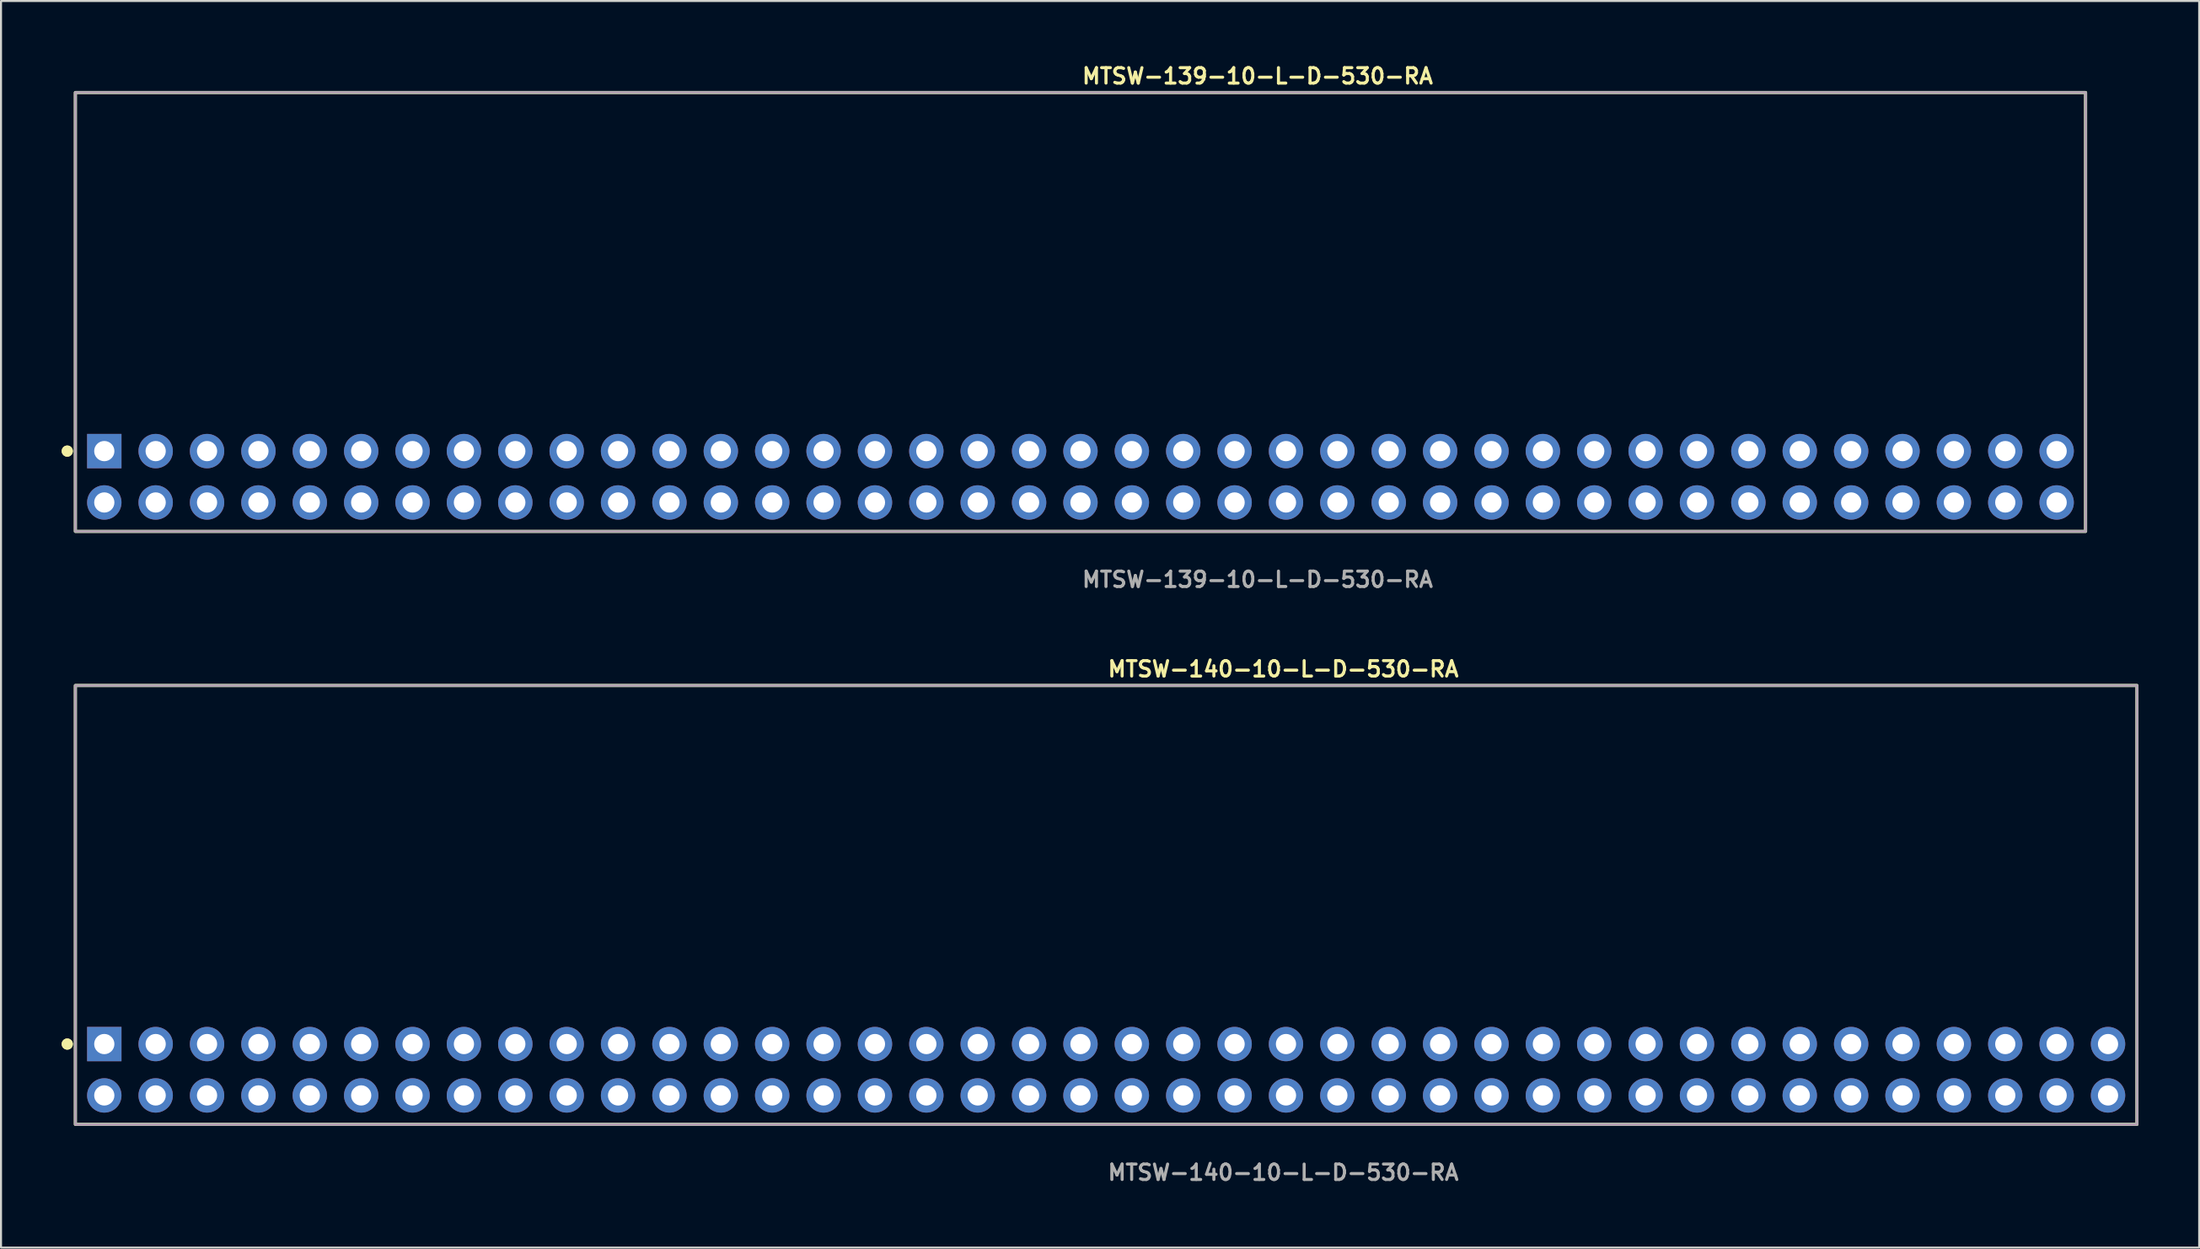
<source format=kicad_pcb>
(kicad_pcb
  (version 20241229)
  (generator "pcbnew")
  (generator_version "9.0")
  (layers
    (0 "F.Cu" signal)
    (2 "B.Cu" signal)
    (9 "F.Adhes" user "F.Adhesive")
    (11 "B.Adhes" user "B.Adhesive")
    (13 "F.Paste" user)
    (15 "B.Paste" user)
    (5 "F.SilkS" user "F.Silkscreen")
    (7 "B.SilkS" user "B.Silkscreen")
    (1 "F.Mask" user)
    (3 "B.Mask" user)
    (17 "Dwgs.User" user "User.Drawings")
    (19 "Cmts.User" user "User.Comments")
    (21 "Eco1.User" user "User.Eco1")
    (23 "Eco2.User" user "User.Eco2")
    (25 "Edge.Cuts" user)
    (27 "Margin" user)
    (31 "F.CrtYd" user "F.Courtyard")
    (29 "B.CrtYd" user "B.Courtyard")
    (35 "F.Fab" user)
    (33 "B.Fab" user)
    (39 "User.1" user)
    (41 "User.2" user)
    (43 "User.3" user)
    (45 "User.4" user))
  (footprint "MTSW-140-10-L-D-530-RA"
    (layer "F.Cu")
    (at 51.636 49.844)
    (property "Reference" "MTSW-140-10-L-D-530-RA" (at 0 -19.812 0) (unlocked yes) (layer "F.SilkS") (effects (font (size 0.762 0.762) (thickness 0.152)) (justify left)))
    (fp_rect (start -50.96 2.7) (end 50.96 -19) (stroke (width 0.152) (type solid)) (fill no) (layer "F.SilkS"))
    (fp_circle (center -51.36 -1.27) (end -51.56 -1.27) (stroke (width 0.152) (type solid)) (fill yes) (layer "F.SilkS"))
    (fp_circle (center -51.36 -1.27) (end -51.56 -1.27) (stroke (width 0.152) (type solid)) (fill yes) (layer "F.SilkS"))
    (fp_rect (start -50.96 2.7) (end 50.96 -19) (stroke (width 0.006) (type solid)) (fill no) (layer "F.CrtYd"))
    (fp_rect (start -50.96 2.7) (end 50.96 -19) (stroke (width 0.152) (type solid)) (fill no) (layer "F.Fab"))
    (fp_text user "${REFERENCE}" (at 0 5.08 0) (unlocked yes) (layer "F.Fab") (effects (font (size 0.762 0.762) (thickness 0.152)) (justify left)))
    (pad "1" thru_hole rect (at -49.53 -1.27) (size 1.7 1.7) (drill 1) (layers "*.Cu" "*.Mask"))
    (pad "2" thru_hole circle (at -49.53 1.27) (size 1.7 1.7) (drill 1) (layers "*.Cu" "*.Mask"))
    (pad "3" thru_hole circle (at -46.99 -1.27) (size 1.7 1.7) (drill 1) (layers "*.Cu" "*.Mask"))
    (pad "4" thru_hole circle (at -46.99 1.27) (size 1.7 1.7) (drill 1) (layers "*.Cu" "*.Mask"))
    (pad "5" thru_hole circle (at -44.45 -1.27) (size 1.7 1.7) (drill 1) (layers "*.Cu" "*.Mask"))
    (pad "6" thru_hole circle (at -44.45 1.27) (size 1.7 1.7) (drill 1) (layers "*.Cu" "*.Mask"))
    (pad "7" thru_hole circle (at -41.91 -1.27) (size 1.7 1.7) (drill 1) (layers "*.Cu" "*.Mask"))
    (pad "8" thru_hole circle (at -41.91 1.27) (size 1.7 1.7) (drill 1) (layers "*.Cu" "*.Mask"))
    (pad "9" thru_hole circle (at -39.37 -1.27) (size 1.7 1.7) (drill 1) (layers "*.Cu" "*.Mask"))
    (pad "10" thru_hole circle (at -39.37 1.27) (size 1.7 1.7) (drill 1) (layers "*.Cu" "*.Mask"))
    (pad "11" thru_hole circle (at -36.83 -1.27) (size 1.7 1.7) (drill 1) (layers "*.Cu" "*.Mask"))
    (pad "12" thru_hole circle (at -36.83 1.27) (size 1.7 1.7) (drill 1) (layers "*.Cu" "*.Mask"))
    (pad "13" thru_hole circle (at -34.29 -1.27) (size 1.7 1.7) (drill 1) (layers "*.Cu" "*.Mask"))
    (pad "14" thru_hole circle (at -34.29 1.27) (size 1.7 1.7) (drill 1) (layers "*.Cu" "*.Mask"))
    (pad "15" thru_hole circle (at -31.75 -1.27) (size 1.7 1.7) (drill 1) (layers "*.Cu" "*.Mask"))
    (pad "16" thru_hole circle (at -31.75 1.27) (size 1.7 1.7) (drill 1) (layers "*.Cu" "*.Mask"))
    (pad "17" thru_hole circle (at -29.21 -1.27) (size 1.7 1.7) (drill 1) (layers "*.Cu" "*.Mask"))
    (pad "18" thru_hole circle (at -29.21 1.27) (size 1.7 1.7) (drill 1) (layers "*.Cu" "*.Mask"))
    (pad "19" thru_hole circle (at -26.67 -1.27) (size 1.7 1.7) (drill 1) (layers "*.Cu" "*.Mask"))
    (pad "20" thru_hole circle (at -26.67 1.27) (size 1.7 1.7) (drill 1) (layers "*.Cu" "*.Mask"))
    (pad "21" thru_hole circle (at -24.13 -1.27) (size 1.7 1.7) (drill 1) (layers "*.Cu" "*.Mask"))
    (pad "22" thru_hole circle (at -24.13 1.27) (size 1.7 1.7) (drill 1) (layers "*.Cu" "*.Mask"))
    (pad "23" thru_hole circle (at -21.59 -1.27) (size 1.7 1.7) (drill 1) (layers "*.Cu" "*.Mask"))
    (pad "24" thru_hole circle (at -21.59 1.27) (size 1.7 1.7) (drill 1) (layers "*.Cu" "*.Mask"))
    (pad "25" thru_hole circle (at -19.05 -1.27) (size 1.7 1.7) (drill 1) (layers "*.Cu" "*.Mask"))
    (pad "26" thru_hole circle (at -19.05 1.27) (size 1.7 1.7) (drill 1) (layers "*.Cu" "*.Mask"))
    (pad "27" thru_hole circle (at -16.51 -1.27) (size 1.7 1.7) (drill 1) (layers "*.Cu" "*.Mask"))
    (pad "28" thru_hole circle (at -16.51 1.27) (size 1.7 1.7) (drill 1) (layers "*.Cu" "*.Mask"))
    (pad "29" thru_hole circle (at -13.97 -1.27) (size 1.7 1.7) (drill 1) (layers "*.Cu" "*.Mask"))
    (pad "30" thru_hole circle (at -13.97 1.27) (size 1.7 1.7) (drill 1) (layers "*.Cu" "*.Mask"))
    (pad "31" thru_hole circle (at -11.43 -1.27) (size 1.7 1.7) (drill 1) (layers "*.Cu" "*.Mask"))
    (pad "32" thru_hole circle (at -11.43 1.27) (size 1.7 1.7) (drill 1) (layers "*.Cu" "*.Mask"))
    (pad "33" thru_hole circle (at -8.89 -1.27) (size 1.7 1.7) (drill 1) (layers "*.Cu" "*.Mask"))
    (pad "34" thru_hole circle (at -8.89 1.27) (size 1.7 1.7) (drill 1) (layers "*.Cu" "*.Mask"))
    (pad "35" thru_hole circle (at -6.35 -1.27) (size 1.7 1.7) (drill 1) (layers "*.Cu" "*.Mask"))
    (pad "36" thru_hole circle (at -6.35 1.27) (size 1.7 1.7) (drill 1) (layers "*.Cu" "*.Mask"))
    (pad "37" thru_hole circle (at -3.81 -1.27) (size 1.7 1.7) (drill 1) (layers "*.Cu" "*.Mask"))
    (pad "38" thru_hole circle (at -3.81 1.27) (size 1.7 1.7) (drill 1) (layers "*.Cu" "*.Mask"))
    (pad "39" thru_hole circle (at -1.27 -1.27) (size 1.7 1.7) (drill 1) (layers "*.Cu" "*.Mask"))
    (pad "40" thru_hole circle (at -1.27 1.27) (size 1.7 1.7) (drill 1) (layers "*.Cu" "*.Mask"))
    (pad "41" thru_hole circle (at 1.27 -1.27) (size 1.7 1.7) (drill 1) (layers "*.Cu" "*.Mask"))
    (pad "42" thru_hole circle (at 1.27 1.27) (size 1.7 1.7) (drill 1) (layers "*.Cu" "*.Mask"))
    (pad "43" thru_hole circle (at 3.81 -1.27) (size 1.7 1.7) (drill 1) (layers "*.Cu" "*.Mask"))
    (pad "44" thru_hole circle (at 3.81 1.27) (size 1.7 1.7) (drill 1) (layers "*.Cu" "*.Mask"))
    (pad "45" thru_hole circle (at 6.35 -1.27) (size 1.7 1.7) (drill 1) (layers "*.Cu" "*.Mask"))
    (pad "46" thru_hole circle (at 6.35 1.27) (size 1.7 1.7) (drill 1) (layers "*.Cu" "*.Mask"))
    (pad "47" thru_hole circle (at 8.89 -1.27) (size 1.7 1.7) (drill 1) (layers "*.Cu" "*.Mask"))
    (pad "48" thru_hole circle (at 8.89 1.27) (size 1.7 1.7) (drill 1) (layers "*.Cu" "*.Mask"))
    (pad "49" thru_hole circle (at 11.43 -1.27) (size 1.7 1.7) (drill 1) (layers "*.Cu" "*.Mask"))
    (pad "50" thru_hole circle (at 11.43 1.27) (size 1.7 1.7) (drill 1) (layers "*.Cu" "*.Mask"))
    (pad "51" thru_hole circle (at 13.97 -1.27) (size 1.7 1.7) (drill 1) (layers "*.Cu" "*.Mask"))
    (pad "52" thru_hole circle (at 13.97 1.27) (size 1.7 1.7) (drill 1) (layers "*.Cu" "*.Mask"))
    (pad "53" thru_hole circle (at 16.51 -1.27) (size 1.7 1.7) (drill 1) (layers "*.Cu" "*.Mask"))
    (pad "54" thru_hole circle (at 16.51 1.27) (size 1.7 1.7) (drill 1) (layers "*.Cu" "*.Mask"))
    (pad "55" thru_hole circle (at 19.05 -1.27) (size 1.7 1.7) (drill 1) (layers "*.Cu" "*.Mask"))
    (pad "56" thru_hole circle (at 19.05 1.27) (size 1.7 1.7) (drill 1) (layers "*.Cu" "*.Mask"))
    (pad "57" thru_hole circle (at 21.59 -1.27) (size 1.7 1.7) (drill 1) (layers "*.Cu" "*.Mask"))
    (pad "58" thru_hole circle (at 21.59 1.27) (size 1.7 1.7) (drill 1) (layers "*.Cu" "*.Mask"))
    (pad "59" thru_hole circle (at 24.13 -1.27) (size 1.7 1.7) (drill 1) (layers "*.Cu" "*.Mask"))
    (pad "60" thru_hole circle (at 24.13 1.27) (size 1.7 1.7) (drill 1) (layers "*.Cu" "*.Mask"))
    (pad "61" thru_hole circle (at 26.67 -1.27) (size 1.7 1.7) (drill 1) (layers "*.Cu" "*.Mask"))
    (pad "62" thru_hole circle (at 26.67 1.27) (size 1.7 1.7) (drill 1) (layers "*.Cu" "*.Mask"))
    (pad "63" thru_hole circle (at 29.21 -1.27) (size 1.7 1.7) (drill 1) (layers "*.Cu" "*.Mask"))
    (pad "64" thru_hole circle (at 29.21 1.27) (size 1.7 1.7) (drill 1) (layers "*.Cu" "*.Mask"))
    (pad "65" thru_hole circle (at 31.75 -1.27) (size 1.7 1.7) (drill 1) (layers "*.Cu" "*.Mask"))
    (pad "66" thru_hole circle (at 31.75 1.27) (size 1.7 1.7) (drill 1) (layers "*.Cu" "*.Mask"))
    (pad "67" thru_hole circle (at 34.29 -1.27) (size 1.7 1.7) (drill 1) (layers "*.Cu" "*.Mask"))
    (pad "68" thru_hole circle (at 34.29 1.27) (size 1.7 1.7) (drill 1) (layers "*.Cu" "*.Mask"))
    (pad "69" thru_hole circle (at 36.83 -1.27) (size 1.7 1.7) (drill 1) (layers "*.Cu" "*.Mask"))
    (pad "70" thru_hole circle (at 36.83 1.27) (size 1.7 1.7) (drill 1) (layers "*.Cu" "*.Mask"))
    (pad "71" thru_hole circle (at 39.37 -1.27) (size 1.7 1.7) (drill 1) (layers "*.Cu" "*.Mask"))
    (pad "72" thru_hole circle (at 39.37 1.27) (size 1.7 1.7) (drill 1) (layers "*.Cu" "*.Mask"))
    (pad "73" thru_hole circle (at 41.91 -1.27) (size 1.7 1.7) (drill 1) (layers "*.Cu" "*.Mask"))
    (pad "74" thru_hole circle (at 41.91 1.27) (size 1.7 1.7) (drill 1) (layers "*.Cu" "*.Mask"))
    (pad "75" thru_hole circle (at 44.45 -1.27) (size 1.7 1.7) (drill 1) (layers "*.Cu" "*.Mask"))
    (pad "76" thru_hole circle (at 44.45 1.27) (size 1.7 1.7) (drill 1) (layers "*.Cu" "*.Mask"))
    (pad "77" thru_hole circle (at 46.99 -1.27) (size 1.7 1.7) (drill 1) (layers "*.Cu" "*.Mask"))
    (pad "78" thru_hole circle (at 46.99 1.27) (size 1.7 1.7) (drill 1) (layers "*.Cu" "*.Mask"))
    (pad "79" thru_hole circle (at 49.53 -1.27) (size 1.7 1.7) (drill 1) (layers "*.Cu" "*.Mask"))
    (pad "80" thru_hole circle (at 49.53 1.27) (size 1.7 1.7) (drill 1) (layers "*.Cu" "*.Mask")))
  (footprint "MTSW-139-10-L-D-530-RA"
    (layer "F.Cu")
    (at 50.366 20.525)
    (property "Reference" "MTSW-139-10-L-D-530-RA" (at 0 -19.812 0) (unlocked yes) (layer "F.SilkS") (effects (font (size 0.762 0.762) (thickness 0.152)) (justify left)))
    (fp_rect (start -49.69 2.7) (end 49.69 -19) (stroke (width 0.152) (type solid)) (fill no) (layer "F.SilkS"))
    (fp_circle (center -50.09 -1.27) (end -50.29 -1.27) (stroke (width 0.152) (type solid)) (fill yes) (layer "F.SilkS"))
    (fp_circle (center -50.09 -1.27) (end -50.29 -1.27) (stroke (width 0.152) (type solid)) (fill yes) (layer "F.SilkS"))
    (fp_rect (start -49.69 2.7) (end 49.69 -19) (stroke (width 0.006) (type solid)) (fill no) (layer "F.CrtYd"))
    (fp_rect (start -49.69 2.7) (end 49.69 -19) (stroke (width 0.152) (type solid)) (fill no) (layer "F.Fab"))
    (fp_text user "${REFERENCE}" (at 0 5.08 0) (unlocked yes) (layer "F.Fab") (effects (font (size 0.762 0.762) (thickness 0.152)) (justify left)))
    (pad "1" thru_hole rect (at -48.26 -1.27) (size 1.7 1.7) (drill 1) (layers "*.Cu" "*.Mask"))
    (pad "2" thru_hole circle (at -48.26 1.27) (size 1.7 1.7) (drill 1) (layers "*.Cu" "*.Mask"))
    (pad "3" thru_hole circle (at -45.72 -1.27) (size 1.7 1.7) (drill 1) (layers "*.Cu" "*.Mask"))
    (pad "4" thru_hole circle (at -45.72 1.27) (size 1.7 1.7) (drill 1) (layers "*.Cu" "*.Mask"))
    (pad "5" thru_hole circle (at -43.18 -1.27) (size 1.7 1.7) (drill 1) (layers "*.Cu" "*.Mask"))
    (pad "6" thru_hole circle (at -43.18 1.27) (size 1.7 1.7) (drill 1) (layers "*.Cu" "*.Mask"))
    (pad "7" thru_hole circle (at -40.64 -1.27) (size 1.7 1.7) (drill 1) (layers "*.Cu" "*.Mask"))
    (pad "8" thru_hole circle (at -40.64 1.27) (size 1.7 1.7) (drill 1) (layers "*.Cu" "*.Mask"))
    (pad "9" thru_hole circle (at -38.1 -1.27) (size 1.7 1.7) (drill 1) (layers "*.Cu" "*.Mask"))
    (pad "10" thru_hole circle (at -38.1 1.27) (size 1.7 1.7) (drill 1) (layers "*.Cu" "*.Mask"))
    (pad "11" thru_hole circle (at -35.56 -1.27) (size 1.7 1.7) (drill 1) (layers "*.Cu" "*.Mask"))
    (pad "12" thru_hole circle (at -35.56 1.27) (size 1.7 1.7) (drill 1) (layers "*.Cu" "*.Mask"))
    (pad "13" thru_hole circle (at -33.02 -1.27) (size 1.7 1.7) (drill 1) (layers "*.Cu" "*.Mask"))
    (pad "14" thru_hole circle (at -33.02 1.27) (size 1.7 1.7) (drill 1) (layers "*.Cu" "*.Mask"))
    (pad "15" thru_hole circle (at -30.48 -1.27) (size 1.7 1.7) (drill 1) (layers "*.Cu" "*.Mask"))
    (pad "16" thru_hole circle (at -30.48 1.27) (size 1.7 1.7) (drill 1) (layers "*.Cu" "*.Mask"))
    (pad "17" thru_hole circle (at -27.94 -1.27) (size 1.7 1.7) (drill 1) (layers "*.Cu" "*.Mask"))
    (pad "18" thru_hole circle (at -27.94 1.27) (size 1.7 1.7) (drill 1) (layers "*.Cu" "*.Mask"))
    (pad "19" thru_hole circle (at -25.4 -1.27) (size 1.7 1.7) (drill 1) (layers "*.Cu" "*.Mask"))
    (pad "20" thru_hole circle (at -25.4 1.27) (size 1.7 1.7) (drill 1) (layers "*.Cu" "*.Mask"))
    (pad "21" thru_hole circle (at -22.86 -1.27) (size 1.7 1.7) (drill 1) (layers "*.Cu" "*.Mask"))
    (pad "22" thru_hole circle (at -22.86 1.27) (size 1.7 1.7) (drill 1) (layers "*.Cu" "*.Mask"))
    (pad "23" thru_hole circle (at -20.32 -1.27) (size 1.7 1.7) (drill 1) (layers "*.Cu" "*.Mask"))
    (pad "24" thru_hole circle (at -20.32 1.27) (size 1.7 1.7) (drill 1) (layers "*.Cu" "*.Mask"))
    (pad "25" thru_hole circle (at -17.78 -1.27) (size 1.7 1.7) (drill 1) (layers "*.Cu" "*.Mask"))
    (pad "26" thru_hole circle (at -17.78 1.27) (size 1.7 1.7) (drill 1) (layers "*.Cu" "*.Mask"))
    (pad "27" thru_hole circle (at -15.24 -1.27) (size 1.7 1.7) (drill 1) (layers "*.Cu" "*.Mask"))
    (pad "28" thru_hole circle (at -15.24 1.27) (size 1.7 1.7) (drill 1) (layers "*.Cu" "*.Mask"))
    (pad "29" thru_hole circle (at -12.7 -1.27) (size 1.7 1.7) (drill 1) (layers "*.Cu" "*.Mask"))
    (pad "30" thru_hole circle (at -12.7 1.27) (size 1.7 1.7) (drill 1) (layers "*.Cu" "*.Mask"))
    (pad "31" thru_hole circle (at -10.16 -1.27) (size 1.7 1.7) (drill 1) (layers "*.Cu" "*.Mask"))
    (pad "32" thru_hole circle (at -10.16 1.27) (size 1.7 1.7) (drill 1) (layers "*.Cu" "*.Mask"))
    (pad "33" thru_hole circle (at -7.62 -1.27) (size 1.7 1.7) (drill 1) (layers "*.Cu" "*.Mask"))
    (pad "34" thru_hole circle (at -7.62 1.27) (size 1.7 1.7) (drill 1) (layers "*.Cu" "*.Mask"))
    (pad "35" thru_hole circle (at -5.08 -1.27) (size 1.7 1.7) (drill 1) (layers "*.Cu" "*.Mask"))
    (pad "36" thru_hole circle (at -5.08 1.27) (size 1.7 1.7) (drill 1) (layers "*.Cu" "*.Mask"))
    (pad "37" thru_hole circle (at -2.54 -1.27) (size 1.7 1.7) (drill 1) (layers "*.Cu" "*.Mask"))
    (pad "38" thru_hole circle (at -2.54 1.27) (size 1.7 1.7) (drill 1) (layers "*.Cu" "*.Mask"))
    (pad "39" thru_hole circle (at 0 -1.27) (size 1.7 1.7) (drill 1) (layers "*.Cu" "*.Mask"))
    (pad "40" thru_hole circle (at 0 1.27) (size 1.7 1.7) (drill 1) (layers "*.Cu" "*.Mask"))
    (pad "41" thru_hole circle (at 2.54 -1.27) (size 1.7 1.7) (drill 1) (layers "*.Cu" "*.Mask"))
    (pad "42" thru_hole circle (at 2.54 1.27) (size 1.7 1.7) (drill 1) (layers "*.Cu" "*.Mask"))
    (pad "43" thru_hole circle (at 5.08 -1.27) (size 1.7 1.7) (drill 1) (layers "*.Cu" "*.Mask"))
    (pad "44" thru_hole circle (at 5.08 1.27) (size 1.7 1.7) (drill 1) (layers "*.Cu" "*.Mask"))
    (pad "45" thru_hole circle (at 7.62 -1.27) (size 1.7 1.7) (drill 1) (layers "*.Cu" "*.Mask"))
    (pad "46" thru_hole circle (at 7.62 1.27) (size 1.7 1.7) (drill 1) (layers "*.Cu" "*.Mask"))
    (pad "47" thru_hole circle (at 10.16 -1.27) (size 1.7 1.7) (drill 1) (layers "*.Cu" "*.Mask"))
    (pad "48" thru_hole circle (at 10.16 1.27) (size 1.7 1.7) (drill 1) (layers "*.Cu" "*.Mask"))
    (pad "49" thru_hole circle (at 12.7 -1.27) (size 1.7 1.7) (drill 1) (layers "*.Cu" "*.Mask"))
    (pad "50" thru_hole circle (at 12.7 1.27) (size 1.7 1.7) (drill 1) (layers "*.Cu" "*.Mask"))
    (pad "51" thru_hole circle (at 15.24 -1.27) (size 1.7 1.7) (drill 1) (layers "*.Cu" "*.Mask"))
    (pad "52" thru_hole circle (at 15.24 1.27) (size 1.7 1.7) (drill 1) (layers "*.Cu" "*.Mask"))
    (pad "53" thru_hole circle (at 17.78 -1.27) (size 1.7 1.7) (drill 1) (layers "*.Cu" "*.Mask"))
    (pad "54" thru_hole circle (at 17.78 1.27) (size 1.7 1.7) (drill 1) (layers "*.Cu" "*.Mask"))
    (pad "55" thru_hole circle (at 20.32 -1.27) (size 1.7 1.7) (drill 1) (layers "*.Cu" "*.Mask"))
    (pad "56" thru_hole circle (at 20.32 1.27) (size 1.7 1.7) (drill 1) (layers "*.Cu" "*.Mask"))
    (pad "57" thru_hole circle (at 22.86 -1.27) (size 1.7 1.7) (drill 1) (layers "*.Cu" "*.Mask"))
    (pad "58" thru_hole circle (at 22.86 1.27) (size 1.7 1.7) (drill 1) (layers "*.Cu" "*.Mask"))
    (pad "59" thru_hole circle (at 25.4 -1.27) (size 1.7 1.7) (drill 1) (layers "*.Cu" "*.Mask"))
    (pad "60" thru_hole circle (at 25.4 1.27) (size 1.7 1.7) (drill 1) (layers "*.Cu" "*.Mask"))
    (pad "61" thru_hole circle (at 27.94 -1.27) (size 1.7 1.7) (drill 1) (layers "*.Cu" "*.Mask"))
    (pad "62" thru_hole circle (at 27.94 1.27) (size 1.7 1.7) (drill 1) (layers "*.Cu" "*.Mask"))
    (pad "63" thru_hole circle (at 30.48 -1.27) (size 1.7 1.7) (drill 1) (layers "*.Cu" "*.Mask"))
    (pad "64" thru_hole circle (at 30.48 1.27) (size 1.7 1.7) (drill 1) (layers "*.Cu" "*.Mask"))
    (pad "65" thru_hole circle (at 33.02 -1.27) (size 1.7 1.7) (drill 1) (layers "*.Cu" "*.Mask"))
    (pad "66" thru_hole circle (at 33.02 1.27) (size 1.7 1.7) (drill 1) (layers "*.Cu" "*.Mask"))
    (pad "67" thru_hole circle (at 35.56 -1.27) (size 1.7 1.7) (drill 1) (layers "*.Cu" "*.Mask"))
    (pad "68" thru_hole circle (at 35.56 1.27) (size 1.7 1.7) (drill 1) (layers "*.Cu" "*.Mask"))
    (pad "69" thru_hole circle (at 38.1 -1.27) (size 1.7 1.7) (drill 1) (layers "*.Cu" "*.Mask"))
    (pad "70" thru_hole circle (at 38.1 1.27) (size 1.7 1.7) (drill 1) (layers "*.Cu" "*.Mask"))
    (pad "71" thru_hole circle (at 40.64 -1.27) (size 1.7 1.7) (drill 1) (layers "*.Cu" "*.Mask"))
    (pad "72" thru_hole circle (at 40.64 1.27) (size 1.7 1.7) (drill 1) (layers "*.Cu" "*.Mask"))
    (pad "73" thru_hole circle (at 43.18 -1.27) (size 1.7 1.7) (drill 1) (layers "*.Cu" "*.Mask"))
    (pad "74" thru_hole circle (at 43.18 1.27) (size 1.7 1.7) (drill 1) (layers "*.Cu" "*.Mask"))
    (pad "75" thru_hole circle (at 45.72 -1.27) (size 1.7 1.7) (drill 1) (layers "*.Cu" "*.Mask"))
    (pad "76" thru_hole circle (at 45.72 1.27) (size 1.7 1.7) (drill 1) (layers "*.Cu" "*.Mask"))
    (pad "77" thru_hole circle (at 48.26 -1.27) (size 1.7 1.7) (drill 1) (layers "*.Cu" "*.Mask"))
    (pad "78" thru_hole circle (at 48.26 1.27) (size 1.7 1.7) (drill 1) (layers "*.Cu" "*.Mask")))
  (gr_rect
    (start -3 -3)
    (end 105.672 58.637)
    (stroke (width 0.1) (type default))
    (fill no)
    (layer "Edge.Cuts")))
</source>
